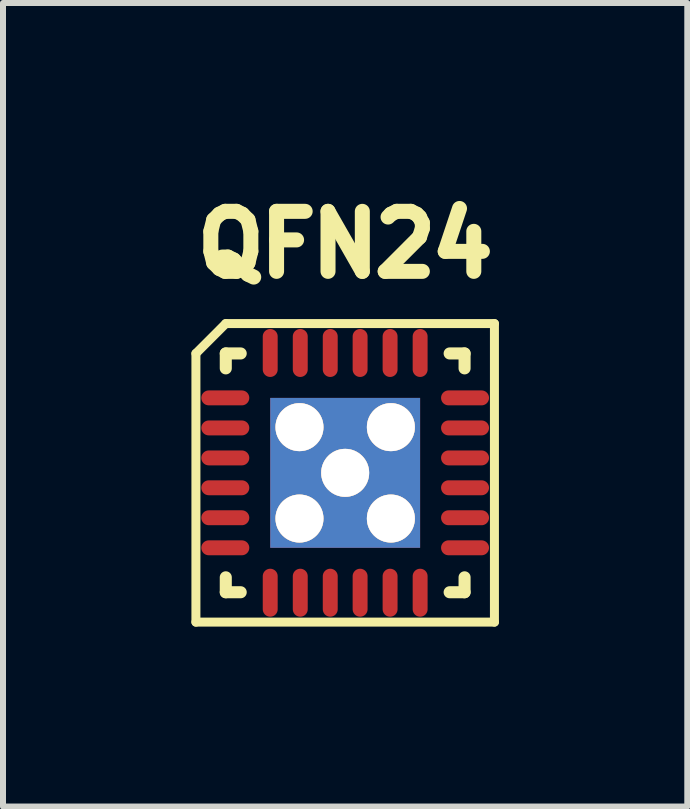
<source format=kicad_pcb>
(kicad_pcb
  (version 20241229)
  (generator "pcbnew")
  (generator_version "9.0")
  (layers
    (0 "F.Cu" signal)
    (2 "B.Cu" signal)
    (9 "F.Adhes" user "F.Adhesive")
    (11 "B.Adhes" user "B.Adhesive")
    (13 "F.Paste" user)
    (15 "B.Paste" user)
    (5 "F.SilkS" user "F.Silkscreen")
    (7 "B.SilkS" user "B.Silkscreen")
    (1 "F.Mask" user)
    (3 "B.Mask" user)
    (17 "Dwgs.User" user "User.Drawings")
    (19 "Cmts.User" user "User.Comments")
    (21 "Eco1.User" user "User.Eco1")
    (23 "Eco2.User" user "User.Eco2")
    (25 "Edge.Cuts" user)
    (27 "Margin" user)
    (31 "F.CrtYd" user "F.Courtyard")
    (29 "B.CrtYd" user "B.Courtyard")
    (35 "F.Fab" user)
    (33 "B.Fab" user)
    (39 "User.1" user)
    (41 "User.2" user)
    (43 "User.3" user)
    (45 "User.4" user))
  (footprint "QFN24"
    (layer "F.Cu")
    (at 2.706 4.835)
    (property "Reference" "QFN24" (at 0 -3.81 0) (layer "F.SilkS") (effects (font (size 1.001 1.001) (thickness 0.305))))
    (attr through_hole)
    (fp_line (start -2.489 -1.991) (end -2.489 2.489) (stroke (width 0.15) (type solid)) (layer "F.SilkS"))
    (fp_line (start -2.489 -1.991) (end -1.991 -2.489) (stroke (width 0.15) (type solid)) (layer "F.SilkS"))
    (fp_line (start -1.991 -2.489) (end 2.489 -2.489) (stroke (width 0.15) (type solid)) (layer "F.SilkS"))
    (fp_line (start -1.991 -1.991) (end -1.742 -1.991) (stroke (width 0.201) (type solid)) (layer "F.SilkS"))
    (fp_line (start -1.991 -1.742) (end -1.991 -1.991) (stroke (width 0.201) (type solid)) (layer "F.SilkS"))
    (fp_line (start -1.991 1.991) (end -1.991 1.742) (stroke (width 0.201) (type solid)) (layer "F.SilkS"))
    (fp_line (start -1.742 1.991) (end -1.991 1.991) (stroke (width 0.201) (type solid)) (layer "F.SilkS"))
    (fp_line (start 1.742 -1.991) (end 1.991 -1.991) (stroke (width 0.201) (type solid)) (layer "F.SilkS"))
    (fp_line (start 1.991 -1.991) (end 1.991 -1.742) (stroke (width 0.201) (type solid)) (layer "F.SilkS"))
    (fp_line (start 1.991 1.742) (end 1.991 1.991) (stroke (width 0.201) (type solid)) (layer "F.SilkS"))
    (fp_line (start 1.991 1.991) (end 1.742 1.991) (stroke (width 0.201) (type solid)) (layer "F.SilkS"))
    (fp_line (start 2.489 -2.489) (end 2.489 2.489) (stroke (width 0.15) (type solid)) (layer "F.SilkS"))
    (fp_line (start 2.489 2.489) (end -2.489 2.489) (stroke (width 0.15) (type solid)) (layer "F.SilkS"))
    (pad "" np_thru_hole circle (at -0.762 -0.762 270) (size 0.8 0.8) (drill 0.8) (layers "*.Cu" "*.SilkS" "*.Mask"))
    (pad "" np_thru_hole circle (at -0.762 0.762 270) (size 0.8 0.8) (drill 0.8) (layers "*.Cu" "*.SilkS" "*.Mask"))
    (pad "" np_thru_hole circle (at 0 0 270) (size 0.8 0.8) (drill 0.8) (layers "*.Cu" "*.SilkS" "*.Mask"))
    (pad "" smd rect (at 0 0 270) (size 2.499 2.499) (layers "*.Cu" "F.Mask"))
    (pad "" np_thru_hole circle (at 0.762 -0.762 270) (size 0.8 0.8) (drill 0.8) (layers "*.Cu" "*.SilkS" "*.Mask"))
    (pad "" np_thru_hole circle (at 0.762 0.762 270) (size 0.8 0.8) (drill 0.8) (layers "*.Cu" "*.SilkS" "*.Mask"))
    (pad "1" smd oval (at -1.999 -1.25) (size 0.8 0.249) (layers "F.Cu" "F.Mask"))
    (pad "2" smd oval (at -1.999 -0.749) (size 0.8 0.249) (layers "F.Cu" "F.Mask"))
    (pad "3" smd oval (at -1.999 -0.249) (size 0.8 0.249) (layers "F.Cu" "F.Mask"))
    (pad "4" smd oval (at -1.999 0.249) (size 0.8 0.249) (layers "F.Cu" "F.Mask"))
    (pad "5" smd oval (at -1.999 0.749) (size 0.8 0.249) (layers "F.Cu" "F.Mask"))
    (pad "6" smd oval (at -1.999 1.25) (size 0.8 0.249) (layers "F.Cu" "F.Mask"))
    (pad "7" smd oval (at -1.25 1.999 90) (size 0.8 0.249) (layers "F.Cu" "F.Mask"))
    (pad "8" smd oval (at -0.749 1.999 90) (size 0.8 0.249) (layers "F.Cu" "F.Mask"))
    (pad "9" smd oval (at -0.249 1.999 90) (size 0.8 0.249) (layers "F.Cu" "F.Mask"))
    (pad "10" smd oval (at 0.249 1.999 90) (size 0.8 0.249) (layers "F.Cu" "F.Mask"))
    (pad "11" smd oval (at 0.749 1.999 90) (size 0.8 0.249) (layers "F.Cu" "F.Mask"))
    (pad "12" smd oval (at 1.25 1.999 90) (size 0.8 0.249) (layers "F.Cu" "F.Mask"))
    (pad "13" smd oval (at 1.999 1.25 180) (size 0.8 0.249) (layers "F.Cu" "F.Mask"))
    (pad "14" smd oval (at 1.999 0.749 180) (size 0.8 0.249) (layers "F.Cu" "F.Mask"))
    (pad "15" smd oval (at 1.999 0.249 180) (size 0.8 0.249) (layers "F.Cu" "F.Mask"))
    (pad "16" smd oval (at 1.999 -0.249 180) (size 0.8 0.249) (layers "F.Cu" "F.Mask"))
    (pad "17" smd oval (at 1.999 -0.749 180) (size 0.8 0.249) (layers "F.Cu" "F.Mask"))
    (pad "18" smd oval (at 1.999 -1.25 180) (size 0.8 0.249) (layers "F.Cu" "F.Mask"))
    (pad "19" smd oval (at 1.25 -1.999 270) (size 0.8 0.249) (layers "F.Cu" "F.Mask"))
    (pad "20" smd oval (at 0.749 -1.999 270) (size 0.8 0.249) (layers "F.Cu" "F.Mask"))
    (pad "21" smd oval (at 0.249 -1.999 270) (size 0.8 0.249) (layers "F.Cu" "F.Mask"))
    (pad "22" smd oval (at -0.249 -1.999 270) (size 0.8 0.249) (layers "F.Cu" "F.Mask"))
    (pad "23" smd oval (at -0.749 -1.999 270) (size 0.8 0.249) (layers "F.Cu" "F.Mask"))
    (pad "24" smd oval (at -1.25 -1.999 270) (size 0.8 0.249) (layers "F.Cu" "F.Mask")))
  (gr_rect
    (start -3 -3)
    (end 8.411 10.399)
    (stroke (width 0.1) (type default))
    (fill no)
    (layer "Edge.Cuts")))
</source>
